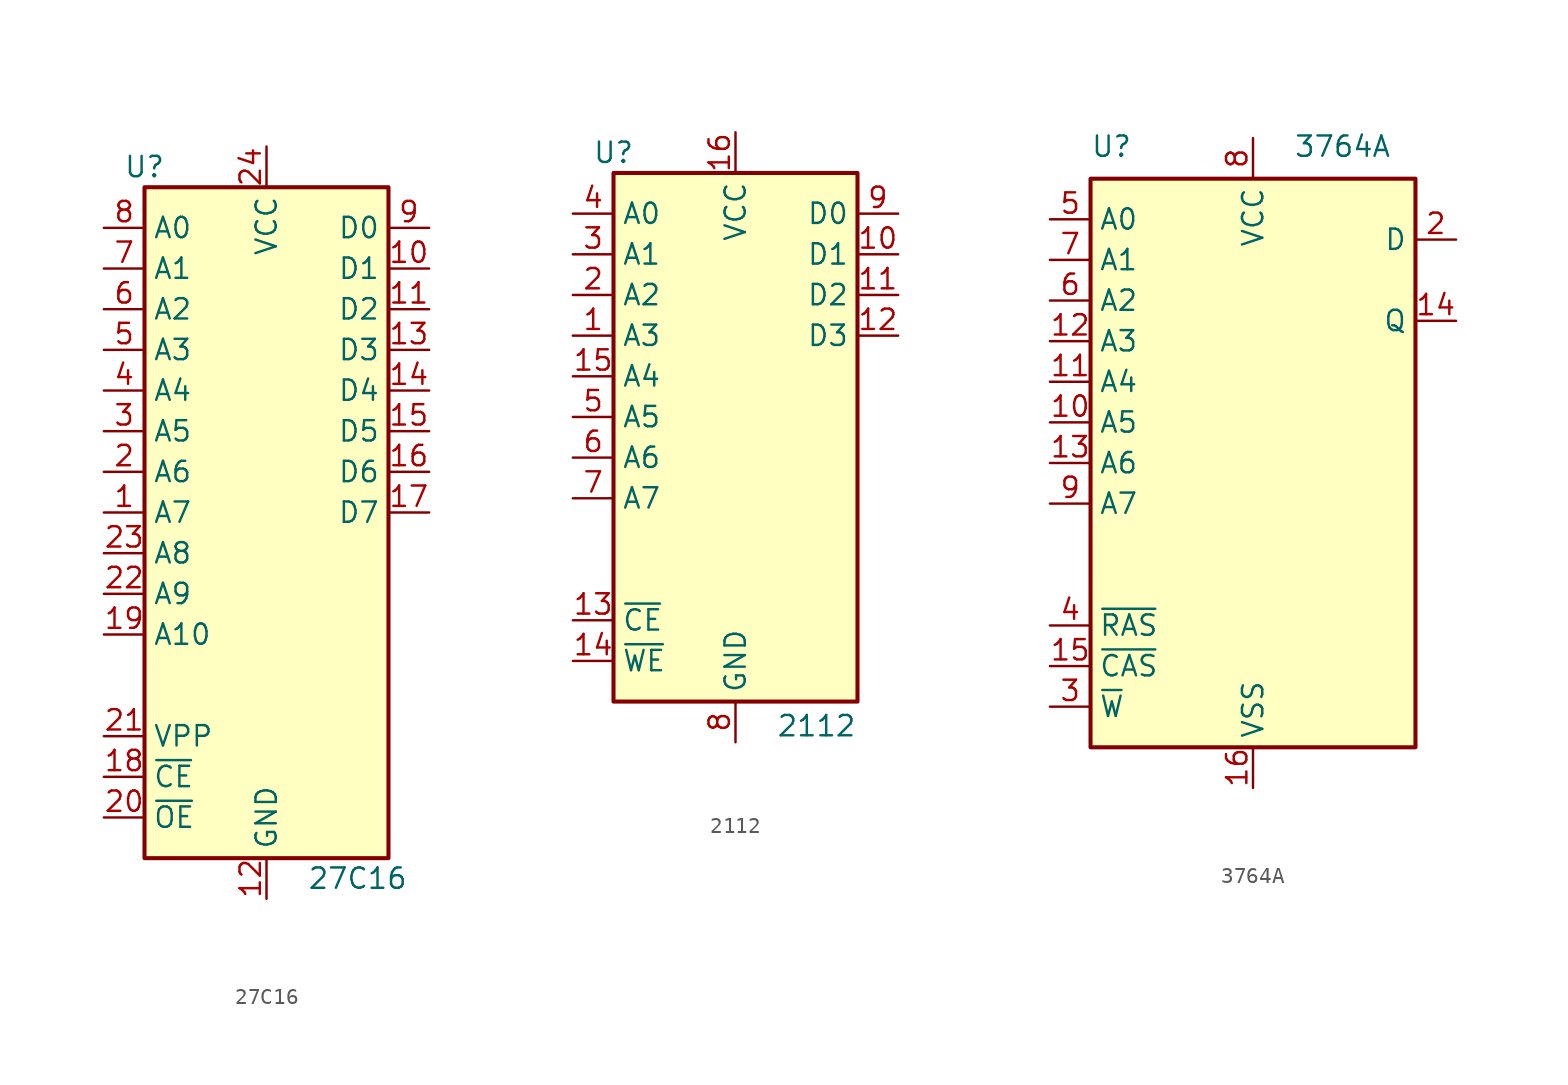
<source format=kicad_sym>
(kicad_symbol_lib
  (version 20231120)
  (generator "kicad_symbol_editor")
  (generator_version "8.0")
  (symbol "27C16"
    (property "Reference" "U"
      (at -7.62 24.13 0)
      (effects (font (size 1.27 1.27))))
    (property "Value" "27C16"
      (at 2.54 -20.32 0)
      (effects (font (size 1.27 1.27)) (justify left)))
    (symbol "27C16_1_1"
      (rectangle (start -7.62 22.86) (end 7.62 -19.05) (stroke (width 0.254) (type default)) (fill (type background)))
      (pin input line (at -10.16 2.54 0) (length 2.54) (name "A7" (effects (font (size 1.27 1.27)))) (number "1" (effects (font (size 1.27 1.27)))))
      (pin tri_state line (at 10.16 17.78 180) (length 2.54) (name "D1" (effects (font (size 1.27 1.27)))) (number "10" (effects (font (size 1.27 1.27)))))
      (pin tri_state line (at 10.16 15.24 180) (length 2.54) (name "D2" (effects (font (size 1.27 1.27)))) (number "11" (effects (font (size 1.27 1.27)))))
      (pin power_in line (at 0 -21.59 90) (length 2.54) (name "GND" (effects (font (size 1.27 1.27)))) (number "12" (effects (font (size 1.27 1.27)))))
      (pin tri_state line (at 10.16 12.7 180) (length 2.54) (name "D3" (effects (font (size 1.27 1.27)))) (number "13" (effects (font (size 1.27 1.27)))))
      (pin tri_state line (at 10.16 10.16 180) (length 2.54) (name "D4" (effects (font (size 1.27 1.27)))) (number "14" (effects (font (size 1.27 1.27)))))
      (pin tri_state line (at 10.16 7.62 180) (length 2.54) (name "D5" (effects (font (size 1.27 1.27)))) (number "15" (effects (font (size 1.27 1.27)))))
      (pin tri_state line (at 10.16 5.08 180) (length 2.54) (name "D6" (effects (font (size 1.27 1.27)))) (number "16" (effects (font (size 1.27 1.27)))))
      (pin tri_state line (at 10.16 2.54 180) (length 2.54) (name "D7" (effects (font (size 1.27 1.27)))) (number "17" (effects (font (size 1.27 1.27)))))
      (pin input line (at -10.16 -13.97 0) (length 2.54) (name "~{CE}" (effects (font (size 1.27 1.27)))) (number "18" (effects (font (size 1.27 1.27)))))
      (pin input line (at -10.16 -5.08 0) (length 2.54) (name "A10" (effects (font (size 1.27 1.27)))) (number "19" (effects (font (size 1.27 1.27)))))
      (pin input line (at -10.16 5.08 0) (length 2.54) (name "A6" (effects (font (size 1.27 1.27)))) (number "2" (effects (font (size 1.27 1.27)))))
      (pin input line (at -10.16 -16.51 0) (length 2.54) (name "~{OE}" (effects (font (size 1.27 1.27)))) (number "20" (effects (font (size 1.27 1.27)))))
      (pin input line (at -10.16 -11.43 0) (length 2.54) (name "VPP" (effects (font (size 1.27 1.27)))) (number "21" (effects (font (size 1.27 1.27)))))
      (pin input line (at -10.16 -2.54 0) (length 2.54) (name "A9" (effects (font (size 1.27 1.27)))) (number "22" (effects (font (size 1.27 1.27)))))
      (pin input line (at -10.16 0 0) (length 2.54) (name "A8" (effects (font (size 1.27 1.27)))) (number "23" (effects (font (size 1.27 1.27)))))
      (pin power_in line (at 0 25.4 270) (length 2.54) (name "VCC" (effects (font (size 1.27 1.27)))) (number "24" (effects (font (size 1.27 1.27)))))
      (pin input line (at -10.16 7.62 0) (length 2.54) (name "A5" (effects (font (size 1.27 1.27)))) (number "3" (effects (font (size 1.27 1.27)))))
      (pin input line (at -10.16 10.16 0) (length 2.54) (name "A4" (effects (font (size 1.27 1.27)))) (number "4" (effects (font (size 1.27 1.27)))))
      (pin input line (at -10.16 12.7 0) (length 2.54) (name "A3" (effects (font (size 1.27 1.27)))) (number "5" (effects (font (size 1.27 1.27)))))
      (pin input line (at -10.16 15.24 0) (length 2.54) (name "A2" (effects (font (size 1.27 1.27)))) (number "6" (effects (font (size 1.27 1.27)))))
      (pin input line (at -10.16 17.78 0) (length 2.54) (name "A1" (effects (font (size 1.27 1.27)))) (number "7" (effects (font (size 1.27 1.27)))))
      (pin input line (at -10.16 20.32 0) (length 2.54) (name "A0" (effects (font (size 1.27 1.27)))) (number "8" (effects (font (size 1.27 1.27)))))
      (pin tri_state line (at 10.16 20.32 180) (length 2.54) (name "D0" (effects (font (size 1.27 1.27)))) (number "9" (effects (font (size 1.27 1.27)))))))
  (symbol "2112"
    (property "Reference" "U"
      (at -7.62 17.78 0)
      (effects (font (size 1.27 1.27))))
    (property "Value" "2112"
      (at 2.54 -18.034 0)
      (effects (font (size 1.27 1.27)) (justify left)))
    (symbol "2112_1_1"
      (rectangle (start -7.62 16.51) (end 7.62 -16.51) (stroke (width 0.254) (type default)) (fill (type background)))
      (pin input line (at -10.16 6.35 0) (length 2.54) (name "A3" (effects (font (size 1.27 1.27)))) (number "1" (effects (font (size 1.27 1.27)))))
      (pin tri_state line (at 10.16 11.43 180) (length 2.54) (name "D1" (effects (font (size 1.27 1.27)))) (number "10" (effects (font (size 1.27 1.27)))))
      (pin tri_state line (at 10.16 8.89 180) (length 2.54) (name "D2" (effects (font (size 1.27 1.27)))) (number "11" (effects (font (size 1.27 1.27)))))
      (pin tri_state line (at 10.16 6.35 180) (length 2.54) (name "D3" (effects (font (size 1.27 1.27)))) (number "12" (effects (font (size 1.27 1.27)))))
      (pin input line (at -10.16 -11.43 0) (length 2.54) (name "~{CE}" (effects (font (size 1.27 1.27)))) (number "13" (effects (font (size 1.27 1.27)))))
      (pin input line (at -10.16 -13.97 0) (length 2.54) (name "~{WE}" (effects (font (size 1.27 1.27)))) (number "14" (effects (font (size 1.27 1.27)))))
      (pin input line (at -10.16 3.81 0) (length 2.54) (name "A4" (effects (font (size 1.27 1.27)))) (number "15" (effects (font (size 1.27 1.27)))))
      (pin power_in line (at 0 19.05 270) (length 2.54) (name "VCC" (effects (font (size 1.27 1.27)))) (number "16" (effects (font (size 1.27 1.27)))))
      (pin input line (at -10.16 8.89 0) (length 2.54) (name "A2" (effects (font (size 1.27 1.27)))) (number "2" (effects (font (size 1.27 1.27)))))
      (pin input line (at -10.16 11.43 0) (length 2.54) (name "A1" (effects (font (size 1.27 1.27)))) (number "3" (effects (font (size 1.27 1.27)))))
      (pin input line (at -10.16 13.97 0) (length 2.54) (name "A0" (effects (font (size 1.27 1.27)))) (number "4" (effects (font (size 1.27 1.27)))))
      (pin input line (at -10.16 1.27 0) (length 2.54) (name "A5" (effects (font (size 1.27 1.27)))) (number "5" (effects (font (size 1.27 1.27)))))
      (pin input line (at -10.16 -1.27 0) (length 2.54) (name "A6" (effects (font (size 1.27 1.27)))) (number "6" (effects (font (size 1.27 1.27)))))
      (pin input line (at -10.16 -3.81 0) (length 2.54) (name "A7" (effects (font (size 1.27 1.27)))) (number "7" (effects (font (size 1.27 1.27)))))
      (pin power_in line (at 0 -19.05 90) (length 2.54) (name "GND" (effects (font (size 1.27 1.27)))) (number "8" (effects (font (size 1.27 1.27)))))
      (pin tri_state line (at 10.16 13.97 180) (length 2.54) (name "D0" (effects (font (size 1.27 1.27)))) (number "9" (effects (font (size 1.27 1.27)))))))
  (symbol "3764A"
    (property "Reference" "U"
      (at -10.16 19.05 0)
      (effects (font (size 1.27 1.27)) (justify left bottom)))
    (property "Value" "3764A"
      (at 2.54 19.05 0)
      (effects (font (size 1.27 1.27)) (justify left bottom)))
    (symbol "3764A_0_1"
      (rectangle (start -10.16 17.78) (end 10.16 -17.78) (stroke (width 0.254) (type default)) (fill (type background))))
    (symbol "3764A_1_0"
      (pin power_in line (at 0 -20.32 90) (length 2.54) (name "VSS" (effects (font (size 1.27 1.27)))) (number "16" (effects (font (size 1.27 1.27)))))
      (pin power_in line (at 0 20.32 270) (length 2.54) (name "VCC" (effects (font (size 1.27 1.27)))) (number "8" (effects (font (size 1.27 1.27))))))
    (symbol "3764A_1_1"
      (pin input line (at -12.7 2.54 0) (length 2.54) (name "A5" (effects (font (size 1.27 1.27)))) (number "10" (effects (font (size 1.27 1.27)))))
      (pin input line (at -12.7 5.08 0) (length 2.54) (name "A4" (effects (font (size 1.27 1.27)))) (number "11" (effects (font (size 1.27 1.27)))))
      (pin input line (at -12.7 7.62 0) (length 2.54) (name "A3" (effects (font (size 1.27 1.27)))) (number "12" (effects (font (size 1.27 1.27)))))
      (pin input line (at -12.7 0 0) (length 2.54) (name "A6" (effects (font (size 1.27 1.27)))) (number "13" (effects (font (size 1.27 1.27)))))
      (pin output line (at 12.7 8.89 180) (length 2.54) (name "Q" (effects (font (size 1.27 1.27)))) (number "14" (effects (font (size 1.27 1.27)))))
      (pin input line (at -12.7 -12.7 0) (length 2.54) (name "~{CAS}" (effects (font (size 1.27 1.27)))) (number "15" (effects (font (size 1.27 1.27)))))
      (pin input line (at 12.7 13.97 180) (length 2.54) (name "D" (effects (font (size 1.27 1.27)))) (number "2" (effects (font (size 1.27 1.27)))))
      (pin input line (at -12.7 -15.24 0) (length 2.54) (name "~{W}" (effects (font (size 1.27 1.27)))) (number "3" (effects (font (size 1.27 1.27)))))
      (pin input line (at -12.7 -10.16 0) (length 2.54) (name "~{RAS}" (effects (font (size 1.27 1.27)))) (number "4" (effects (font (size 1.27 1.27)))))
      (pin input line (at -12.7 15.24 0) (length 2.54) (name "A0" (effects (font (size 1.27 1.27)))) (number "5" (effects (font (size 1.27 1.27)))))
      (pin input line (at -12.7 10.16 0) (length 2.54) (name "A2" (effects (font (size 1.27 1.27)))) (number "6" (effects (font (size 1.27 1.27)))))
      (pin input line (at -12.7 12.7 0) (length 2.54) (name "A1" (effects (font (size 1.27 1.27)))) (number "7" (effects (font (size 1.27 1.27)))))
      (pin input line (at -12.7 -2.54 0) (length 2.54) (name "A7" (effects (font (size 1.27 1.27)))) (number "9" (effects (font (size 1.27 1.27))))))))
</source>
